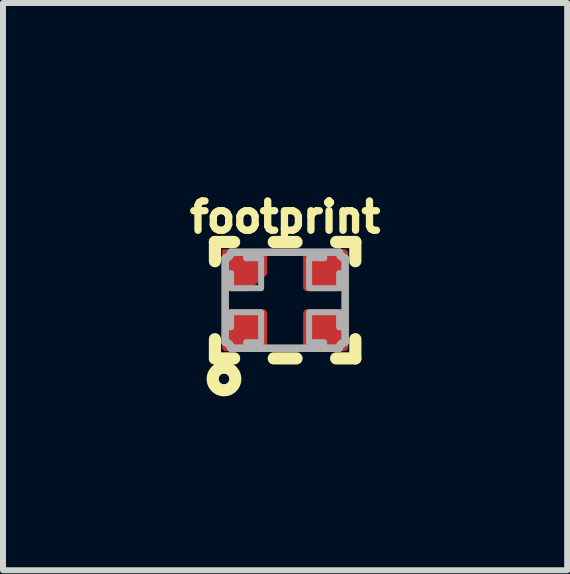
<source format=kicad_pcb>
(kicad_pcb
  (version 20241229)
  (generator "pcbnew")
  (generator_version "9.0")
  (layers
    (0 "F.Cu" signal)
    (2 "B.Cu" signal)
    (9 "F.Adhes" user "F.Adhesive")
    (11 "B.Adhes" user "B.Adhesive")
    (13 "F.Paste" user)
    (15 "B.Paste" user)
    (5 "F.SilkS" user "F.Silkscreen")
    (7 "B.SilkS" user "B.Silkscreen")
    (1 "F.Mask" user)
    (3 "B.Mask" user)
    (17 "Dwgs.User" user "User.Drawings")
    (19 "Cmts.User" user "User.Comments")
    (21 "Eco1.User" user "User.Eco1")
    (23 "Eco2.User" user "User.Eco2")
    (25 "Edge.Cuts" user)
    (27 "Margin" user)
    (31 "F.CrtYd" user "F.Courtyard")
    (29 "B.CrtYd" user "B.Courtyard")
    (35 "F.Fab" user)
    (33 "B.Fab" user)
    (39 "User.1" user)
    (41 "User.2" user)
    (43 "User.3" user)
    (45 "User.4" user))
  (footprint "footprint"
    (layer "F.Cu")
    (at 1.702 1.953)
    (property "Reference" "footprint" (at 0 -1.1 0) (layer "F.SilkS") (effects (font (size 0.488 0.488) (thickness 0.122)) (justify bottom)))
    (fp_poly (pts (xy -0.3 -0.43) (xy -0.619 -0.15) (xy -1.049 -0.15) (xy -1.049 -0.848) (xy -0.3 -0.848)) (stroke (width 0) (type solid)) (fill yes) (layer "F.Cu"))
    (fp_poly (pts (xy -0.207 -0.427) (xy -0.608 -0.053) (xy -1.14 -0.053) (xy -1.146 -0.932) (xy -0.224 -0.935)) (stroke (width 0) (type solid)) (fill yes) (layer "F.Mask"))
    (fp_line (start -1.17 -0.65) (end -1.17 -0.97) (stroke (width 0.203) (type solid)) (layer "F.SilkS"))
    (fp_line (start -1.17 0.65) (end -1.17 0.97) (stroke (width 0.203) (type solid)) (layer "F.SilkS"))
    (fp_line (start -0.85 -0.97) (end -1.17 -0.97) (stroke (width 0.203) (type solid)) (layer "F.SilkS"))
    (fp_line (start -0.85 0.97) (end -1.17 0.97) (stroke (width 0.203) (type solid)) (layer "F.SilkS"))
    (fp_line (start -0.19 0.97) (end 0.19 0.97) (stroke (width 0.203) (type solid)) (layer "F.SilkS"))
    (fp_line (start 0.19 -0.97) (end -0.19 -0.97) (stroke (width 0.203) (type solid)) (layer "F.SilkS"))
    (fp_line (start 0.85 -0.97) (end 1.17 -0.97) (stroke (width 0.203) (type solid)) (layer "F.SilkS"))
    (fp_line (start 0.85 0.97) (end 1.17 0.97) (stroke (width 0.203) (type solid)) (layer "F.SilkS"))
    (fp_line (start 1.17 -0.65) (end 1.17 -0.97) (stroke (width 0.203) (type solid)) (layer "F.SilkS"))
    (fp_line (start 1.17 0.65) (end 1.17 0.97) (stroke (width 0.203) (type solid)) (layer "F.SilkS"))
    (fp_circle (center -1.019 1.313) (end -0.932 1.313) (stroke (width 0.203) (type solid)) (fill no) (layer "F.SilkS"))
    (fp_line (start -1 -0.7) (end -1 0.7) (stroke (width 0.127) (type solid)) (layer "F.Fab"))
    (fp_line (start -0.9 0.8) (end 0.9 0.8) (stroke (width 0.127) (type solid)) (layer "F.Fab"))
    (fp_line (start 0.9 -0.8) (end -0.9 -0.8) (stroke (width 0.127) (type solid)) (layer "F.Fab"))
    (fp_line (start 1 0.7) (end 1 -0.7) (stroke (width 0.127) (type solid)) (layer "F.Fab"))
    (fp_arc (start -1 0.7) (mid -0.929289 0.729289) (end -0.9 0.8) (stroke (width 0.127) (type solid)) (layer "F.Fab"))
    (fp_arc (start -0.9 -0.8) (mid -0.929289 -0.729289) (end -1 -0.7) (stroke (width 0.127) (type solid)) (layer "F.Fab"))
    (fp_arc (start 0.9 0.8) (mid 0.929289 0.729289) (end 1 0.7) (stroke (width 0.127) (type solid)) (layer "F.Fab"))
    (fp_arc (start 1 -0.7) (mid 0.929289 -0.729289) (end 0.9 -0.8) (stroke (width 0.127) (type solid)) (layer "F.Fab"))
    (fp_poly (pts (xy -0.65 -0.7) (xy -0.4 -0.7) (xy -0.4 -0.2) (xy -0.9 -0.2) (xy -0.9 -0.45) (xy -1 -0.45) (xy -1 -0.7) (xy -0.9 -0.8) (xy -0.65 -0.8)) (stroke (width 0.1) (type solid)) (fill no) (layer "F.Fab"))
    (fp_poly (pts (xy -0.4 0.7) (xy -0.65 0.7) (xy -0.65 0.8) (xy -0.9 0.8) (xy -1 0.7) (xy -1 0.45) (xy -0.9 0.45) (xy -0.9 0.2) (xy -0.4 0.2)) (stroke (width 0.1) (type solid)) (fill no) (layer "F.Fab"))
    (fp_poly (pts (xy 0.9 0.45) (xy 1 0.45) (xy 1 0.7) (xy 0.9 0.8) (xy 0.65 0.8) (xy 0.65 0.7) (xy 0.4 0.7) (xy 0.4 0.2) (xy 0.9 0.2)) (stroke (width 0.1) (type solid)) (fill no) (layer "F.Fab"))
    (fp_poly (pts (xy 1 -0.7) (xy 1 -0.45) (xy 0.9 -0.45) (xy 0.9 -0.2) (xy 0.4 -0.2) (xy 0.4 -0.7) (xy 0.65 -0.7) (xy 0.65 -0.8) (xy 0.9 -0.8)) (stroke (width 0.1) (type solid)) (fill no) (layer "F.Fab"))
    (pad "1" smd roundrect (at -0.675 0.5) (size 0.75 0.7) (layers "F.Cu" "F.Mask" "F.Paste") (roundrect_rratio 0.1))
    (pad "2" smd roundrect (at 0.675 0.5 180) (size 0.75 0.7) (layers "F.Cu" "F.Mask" "F.Paste") (roundrect_rratio 0.1))
    (pad "3" smd roundrect (at 0.675 -0.5 180) (size 0.75 0.7) (layers "F.Cu" "F.Mask" "F.Paste") (roundrect_rratio 0.1))
    (pad "4" smd rect (at -0.675 -0.5) (size 0.381 0.381) (layers "F.Cu" "F.Paste")))
  (gr_rect
    (start -3 -3)
    (end 6.403 6.454)
    (stroke (width 0.1) (type default))
    (fill no)
    (layer "Edge.Cuts")))
</source>
